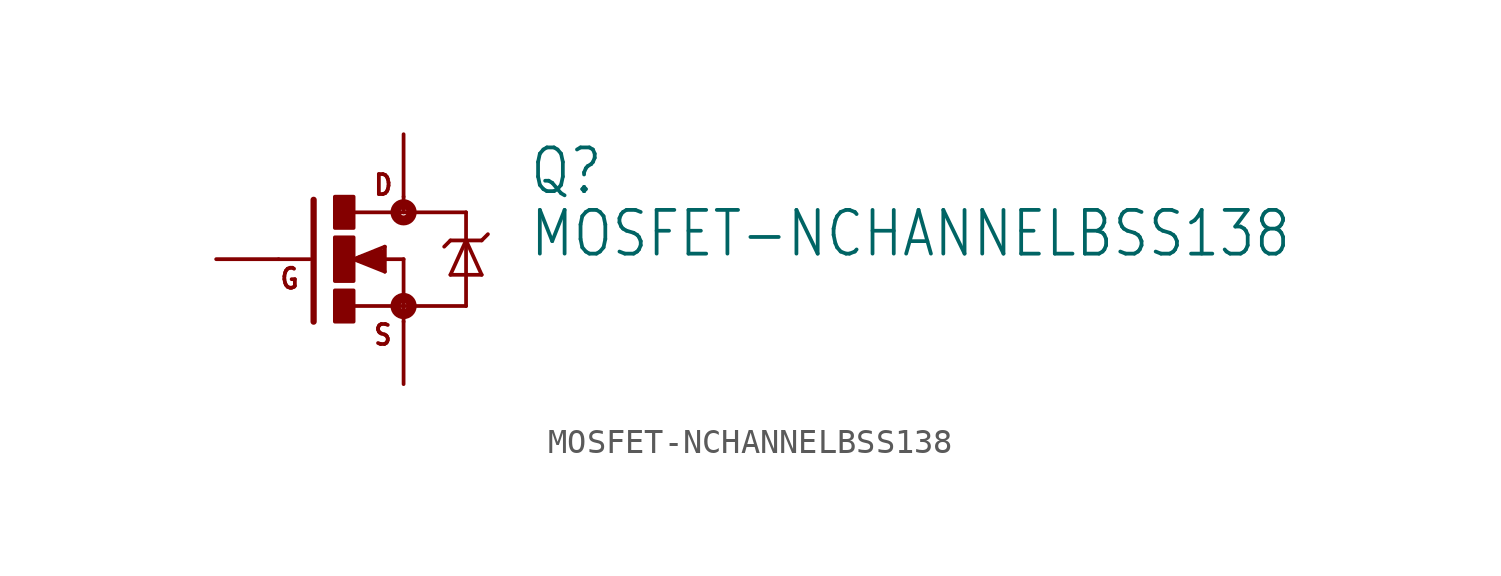
<source format=kicad_sym>
(kicad_symbol_lib
  (version 20220914)
  (generator kicad_symbol_editor)
  (symbol "MOSFET-NCHANNELBSS138"
    (property "Reference" "Q"
      (at 5.08 2.54 0)
      (effects (font (size 1.778 1.511)) (justify left bottom)))
    (property "Value" "MOSFET-NCHANNELBSS138"
      (at 5.08 0 0)
      (effects (font (size 1.778 1.511)) (justify left bottom)))
    (property "ki_locked" ""
      (at 0 0 0)
      (effects (font (size 1.27 1.27))))
    (symbol "MOSFET-NCHANNELBSS138_1_0"
      (rectangle (start -2.794 -2.54) (end -2.032 -1.27) (stroke (width 0) (type default)) (fill (type outline)))
      (rectangle (start -2.794 -0.889) (end -2.032 0.889) (stroke (width 0) (type default)) (fill (type outline)))
      (rectangle (start -2.794 1.27) (end -2.032 2.54) (stroke (width 0) (type default)) (fill (type outline)))
      (circle (center 0 -1.905) (radius 0.127) (stroke (width 0.406) (type default)) (fill (type none)))
      (polyline (pts (xy -3.81 0) (xy -5.08 0)) (stroke (width 0.152) (type default)) (fill (type none)))
      (polyline (pts (xy -3.658 2.413) (xy -3.658 -2.54)) (stroke (width 0.254) (type default)) (fill (type none)))
      (polyline (pts (xy -2.032 -1.905) (xy 0 -1.905)) (stroke (width 0.152) (type default)) (fill (type none)))
      (polyline (pts (xy -2.032 0) (xy -0.762 -0.508)) (stroke (width 0.152) (type default)) (fill (type none)))
      (polyline (pts (xy -1.778 0) (xy -0.889 -0.254)) (stroke (width 0.305) (type default)) (fill (type none)))
      (polyline (pts (xy -0.889 -0.254) (xy -0.889 0)) (stroke (width 0.305) (type default)) (fill (type none)))
      (polyline (pts (xy -0.889 0) (xy -1.143 0)) (stroke (width 0.305) (type default)) (fill (type none)))
      (polyline (pts (xy -0.889 0) (xy 0 0)) (stroke (width 0.152) (type default)) (fill (type none)))
      (polyline (pts (xy -0.889 0.254) (xy -1.778 0)) (stroke (width 0.305) (type default)) (fill (type none)))
      (polyline (pts (xy -0.762 -0.508) (xy -0.762 0.508)) (stroke (width 0.152) (type default)) (fill (type none)))
      (polyline (pts (xy -0.762 0.508) (xy -2.032 0)) (stroke (width 0.152) (type default)) (fill (type none)))
      (polyline (pts (xy 0 -1.905) (xy 0 -2.54)) (stroke (width 0.152) (type default)) (fill (type none)))
      (polyline (pts (xy 0 0) (xy 0 -1.905)) (stroke (width 0.152) (type default)) (fill (type none)))
      (polyline (pts (xy 0 1.905) (xy -2.007 1.905)) (stroke (width 0.152) (type default)) (fill (type none)))
      (polyline (pts (xy 0 1.905) (xy 2.54 1.905)) (stroke (width 0.152) (type default)) (fill (type none)))
      (polyline (pts (xy 0 2.54) (xy 0 1.905)) (stroke (width 0.152) (type default)) (fill (type none)))
      (polyline (pts (xy 1.905 -0.635) (xy 3.175 -0.635)) (stroke (width 0.152) (type default)) (fill (type none)))
      (polyline (pts (xy 1.905 0.762) (xy 1.651 0.508)) (stroke (width 0.152) (type default)) (fill (type none)))
      (polyline (pts (xy 1.905 0.762) (xy 2.54 0.762)) (stroke (width 0.152) (type default)) (fill (type none)))
      (polyline (pts (xy 2.54 -1.905) (xy 0 -1.905)) (stroke (width 0.152) (type default)) (fill (type none)))
      (polyline (pts (xy 2.54 0.762) (xy 1.905 -0.635)) (stroke (width 0.152) (type default)) (fill (type none)))
      (polyline (pts (xy 2.54 0.762) (xy 2.54 -1.905)) (stroke (width 0.152) (type default)) (fill (type none)))
      (polyline (pts (xy 2.54 0.762) (xy 3.175 0.762)) (stroke (width 0.152) (type default)) (fill (type none)))
      (polyline (pts (xy 2.54 1.905) (xy 2.54 0.762)) (stroke (width 0.152) (type default)) (fill (type none)))
      (polyline (pts (xy 3.175 -0.635) (xy 2.54 0.762)) (stroke (width 0.152) (type default)) (fill (type none)))
      (polyline (pts (xy 3.175 0.762) (xy 3.429 1.016)) (stroke (width 0.152) (type default)) (fill (type none)))
      (circle (center 0 1.905) (radius 0.127) (stroke (width 0.406) (type default)) (fill (type none)))
      (text "D" (at -1.27 2.54 0) (effects (font (size 0.813 0.691)) (justify left bottom)))
      (text "G" (at -5.08 -1.27 0) (effects (font (size 0.813 0.691)) (justify left bottom)))
      (text "S" (at -1.27 -3.556 0) (effects (font (size 0.813 0.691)) (justify left bottom)))
      (pin passive line (at -7.62 0 0) (length 2.54) (name "G" (effects (font (size 0 0)))) (number "1" (effects (font (size 0 0)))))
      (pin passive line (at 0 -5.08 90) (length 2.54) (name "S" (effects (font (size 0 0)))) (number "2" (effects (font (size 0 0)))))
      (pin passive line (at 0 5.08 270) (length 2.54) (name "D" (effects (font (size 0 0)))) (number "3" (effects (font (size 0 0))))))))
</source>
